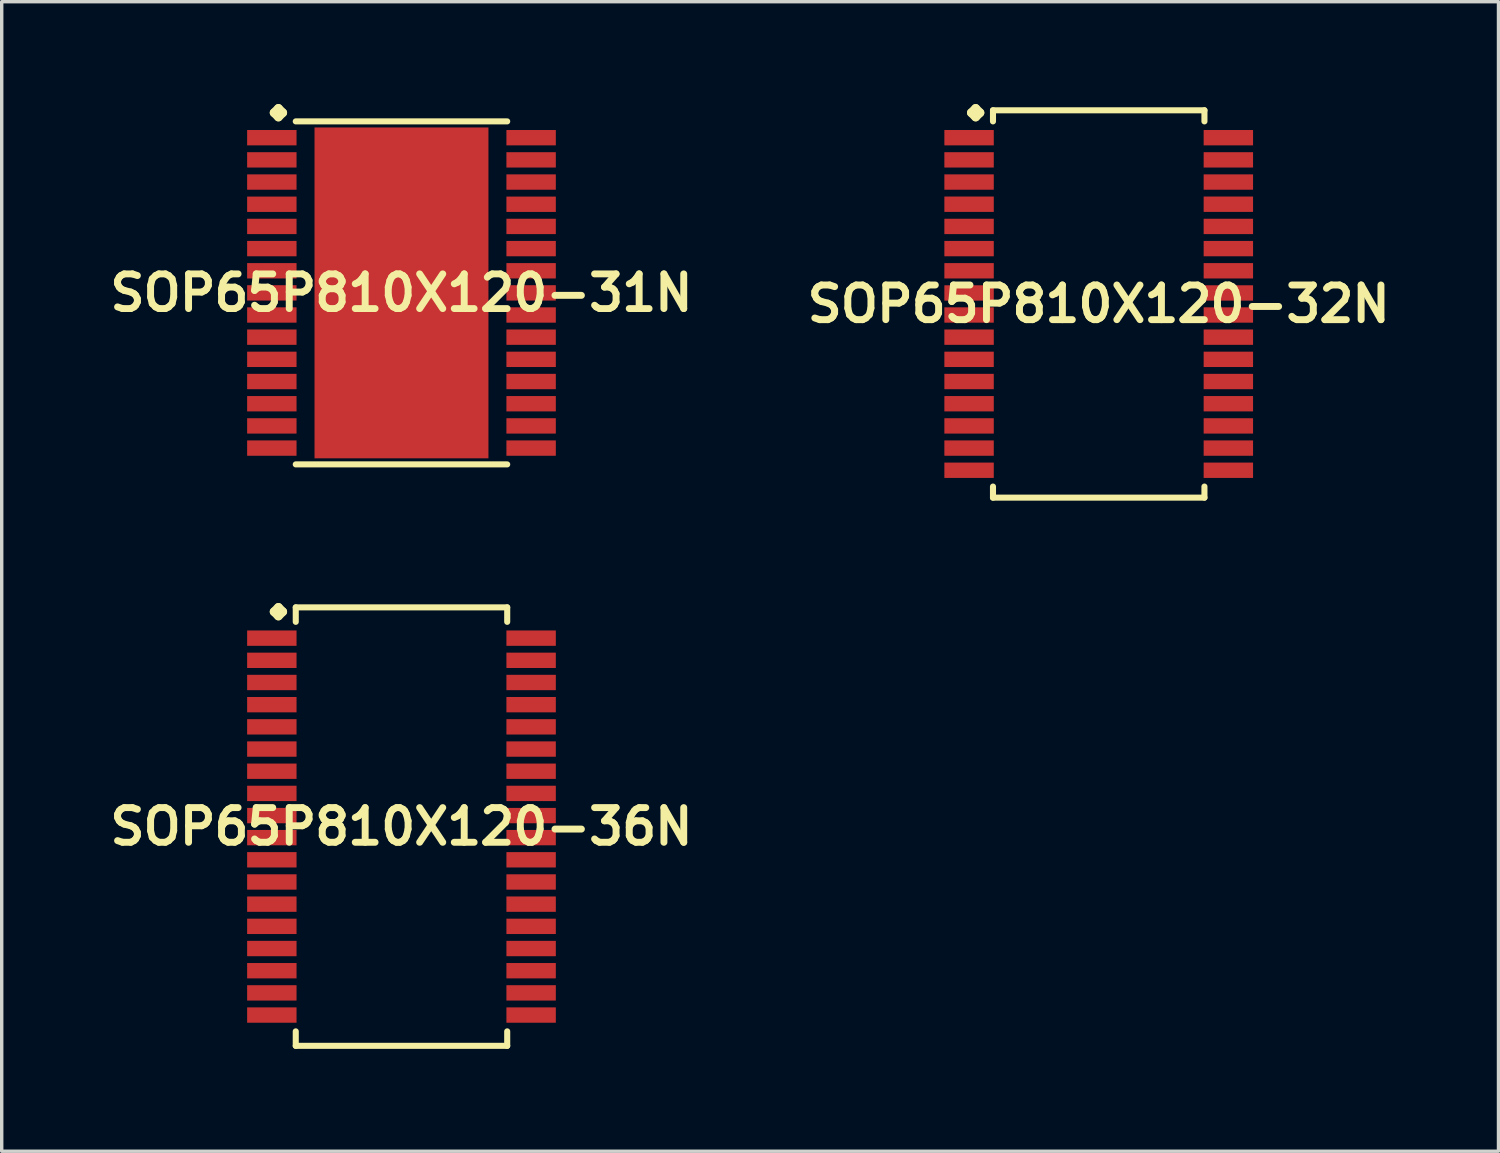
<source format=kicad_pcb>
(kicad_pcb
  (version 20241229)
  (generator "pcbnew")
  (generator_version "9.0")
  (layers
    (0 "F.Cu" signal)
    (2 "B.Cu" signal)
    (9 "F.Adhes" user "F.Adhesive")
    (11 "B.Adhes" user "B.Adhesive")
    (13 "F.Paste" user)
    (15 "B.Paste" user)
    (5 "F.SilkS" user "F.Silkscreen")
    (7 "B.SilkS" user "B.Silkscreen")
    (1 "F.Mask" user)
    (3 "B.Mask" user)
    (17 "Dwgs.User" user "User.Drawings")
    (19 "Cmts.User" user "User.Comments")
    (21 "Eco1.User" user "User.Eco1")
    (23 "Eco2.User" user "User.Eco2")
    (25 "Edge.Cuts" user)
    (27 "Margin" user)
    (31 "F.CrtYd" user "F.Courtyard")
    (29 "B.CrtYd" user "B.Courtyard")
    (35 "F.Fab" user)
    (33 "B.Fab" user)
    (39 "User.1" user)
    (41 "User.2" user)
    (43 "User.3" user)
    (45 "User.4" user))
  (footprint "SOP65P810X120-31N"
    (layer "F.Cu")
    (at 8.718 5.535)
    (property "Reference" "SOP65P810X120-31N" (at 0 0 0) (layer "F.SilkS") (effects (font (size 1.016 1.016) (thickness 0.203))))
    (attr smd)
    (fp_line (start -3.734 -5.281) (end -3.607 -5.408) (stroke (width 0.254) (type solid)) (layer "F.SilkS"))
    (fp_line (start -3.607 -5.408) (end -3.48 -5.281) (stroke (width 0.254) (type solid)) (layer "F.SilkS"))
    (fp_line (start -3.607 -5.154) (end -3.734 -5.281) (stroke (width 0.254) (type solid)) (layer "F.SilkS"))
    (fp_line (start -3.48 -5.281) (end -3.607 -5.154) (stroke (width 0.254) (type solid)) (layer "F.SilkS"))
    (fp_line (start -3.099 -5.027) (end 3.099 -5.027) (stroke (width 0.178) (type solid)) (layer "F.SilkS"))
    (fp_line (start -3.099 5.027) (end 3.099 5.027) (stroke (width 0.178) (type solid)) (layer "F.SilkS"))
    (pad "1" smd rect (at -3.8 -4.549) (size 1.448 0.45) (layers "F.Cu" "F.Mask" "F.Paste"))
    (pad "2" smd rect (at -3.8 -3.899) (size 1.448 0.45) (layers "F.Cu" "F.Mask" "F.Paste"))
    (pad "3" smd rect (at -3.8 -3.249) (size 1.448 0.45) (layers "F.Cu" "F.Mask" "F.Paste"))
    (pad "4" smd rect (at -3.8 -2.598) (size 1.448 0.45) (layers "F.Cu" "F.Mask" "F.Paste"))
    (pad "5" smd rect (at -3.8 -1.948) (size 1.448 0.45) (layers "F.Cu" "F.Mask" "F.Paste"))
    (pad "6" smd rect (at -3.8 -1.298) (size 1.448 0.45) (layers "F.Cu" "F.Mask" "F.Paste"))
    (pad "7" smd rect (at -3.8 -0.648) (size 1.448 0.45) (layers "F.Cu" "F.Mask" "F.Paste"))
    (pad "8" smd rect (at -3.8 0) (size 1.448 0.45) (layers "F.Cu" "F.Mask" "F.Paste"))
    (pad "9" smd rect (at -3.8 0.648) (size 1.448 0.45) (layers "F.Cu" "F.Mask" "F.Paste"))
    (pad "10" smd rect (at -3.8 1.298) (size 1.448 0.45) (layers "F.Cu" "F.Mask" "F.Paste"))
    (pad "11" smd rect (at -3.8 1.948) (size 1.448 0.45) (layers "F.Cu" "F.Mask" "F.Paste"))
    (pad "12" smd rect (at -3.8 2.598) (size 1.448 0.45) (layers "F.Cu" "F.Mask" "F.Paste"))
    (pad "13" smd rect (at -3.8 3.249) (size 1.448 0.45) (layers "F.Cu" "F.Mask" "F.Paste"))
    (pad "14" smd rect (at -3.8 3.899) (size 1.448 0.45) (layers "F.Cu" "F.Mask" "F.Paste"))
    (pad "15" smd rect (at -3.8 4.549) (size 1.448 0.45) (layers "F.Cu" "F.Mask" "F.Paste"))
    (pad "16" smd rect (at 3.8 4.549) (size 1.448 0.45) (layers "F.Cu" "F.Mask" "F.Paste"))
    (pad "17" smd rect (at 3.8 3.899) (size 1.448 0.45) (layers "F.Cu" "F.Mask" "F.Paste"))
    (pad "18" smd rect (at 3.8 3.249) (size 1.448 0.45) (layers "F.Cu" "F.Mask" "F.Paste"))
    (pad "19" smd rect (at 3.8 2.598) (size 1.448 0.45) (layers "F.Cu" "F.Mask" "F.Paste"))
    (pad "20" smd rect (at 3.8 1.948) (size 1.448 0.45) (layers "F.Cu" "F.Mask" "F.Paste"))
    (pad "21" smd rect (at 3.8 1.298) (size 1.448 0.45) (layers "F.Cu" "F.Mask" "F.Paste"))
    (pad "22" smd rect (at 3.8 0.648) (size 1.448 0.45) (layers "F.Cu" "F.Mask" "F.Paste"))
    (pad "23" smd rect (at 3.8 0) (size 1.448 0.45) (layers "F.Cu" "F.Mask" "F.Paste"))
    (pad "24" smd rect (at 3.8 -0.648) (size 1.448 0.45) (layers "F.Cu" "F.Mask" "F.Paste"))
    (pad "25" smd rect (at 3.8 -1.298) (size 1.448 0.45) (layers "F.Cu" "F.Mask" "F.Paste"))
    (pad "26" smd rect (at 3.8 -1.948) (size 1.448 0.45) (layers "F.Cu" "F.Mask" "F.Paste"))
    (pad "27" smd rect (at 3.8 -2.598) (size 1.448 0.45) (layers "F.Cu" "F.Mask" "F.Paste"))
    (pad "28" smd rect (at 3.8 -3.249) (size 1.448 0.45) (layers "F.Cu" "F.Mask" "F.Paste"))
    (pad "29" smd rect (at 3.8 -3.899) (size 1.448 0.45) (layers "F.Cu" "F.Mask" "F.Paste"))
    (pad "30" smd rect (at 3.8 -4.549) (size 1.448 0.45) (layers "F.Cu" "F.Mask" "F.Paste"))
    (pad "31" smd rect (at 0 0) (size 5.098 9.698) (layers "F.Cu" "F.Mask" "F.Paste")))
  (footprint "SOP65P810X120-32N"
    (layer "F.Cu")
    (at 29.155 5.86)
    (property "Reference" "SOP65P810X120-32N" (at 0 0 0) (layer "F.SilkS") (effects (font (size 1.016 1.016) (thickness 0.203))))
    (attr smd)
    (fp_line (start -3.734 -5.606) (end -3.607 -5.733) (stroke (width 0.254) (type solid)) (layer "F.SilkS"))
    (fp_line (start -3.607 -5.733) (end -3.48 -5.606) (stroke (width 0.254) (type solid)) (layer "F.SilkS"))
    (fp_line (start -3.607 -5.479) (end -3.734 -5.606) (stroke (width 0.254) (type solid)) (layer "F.SilkS"))
    (fp_line (start -3.48 -5.606) (end -3.607 -5.479) (stroke (width 0.254) (type solid)) (layer "F.SilkS"))
    (fp_line (start -3.099 -5.677) (end 3.099 -5.677) (stroke (width 0.178) (type solid)) (layer "F.SilkS"))
    (fp_line (start -3.099 -5.352) (end -3.099 -5.677) (stroke (width 0.178) (type solid)) (layer "F.SilkS"))
    (fp_line (start -3.099 5.352) (end -3.099 5.677) (stroke (width 0.178) (type solid)) (layer "F.SilkS"))
    (fp_line (start -3.099 5.677) (end 3.099 5.677) (stroke (width 0.178) (type solid)) (layer "F.SilkS"))
    (fp_line (start 3.099 -5.677) (end 3.099 -5.352) (stroke (width 0.178) (type solid)) (layer "F.SilkS"))
    (fp_line (start 3.099 5.677) (end 3.099 5.352) (stroke (width 0.178) (type solid)) (layer "F.SilkS"))
    (pad "1" smd rect (at -3.8 -4.874) (size 1.448 0.45) (layers "F.Cu" "F.Mask" "F.Paste"))
    (pad "2" smd rect (at -3.8 -4.224) (size 1.448 0.45) (layers "F.Cu" "F.Mask" "F.Paste"))
    (pad "3" smd rect (at -3.8 -3.574) (size 1.448 0.45) (layers "F.Cu" "F.Mask" "F.Paste"))
    (pad "4" smd rect (at -3.8 -2.924) (size 1.448 0.45) (layers "F.Cu" "F.Mask" "F.Paste"))
    (pad "5" smd rect (at -3.8 -2.273) (size 1.448 0.45) (layers "F.Cu" "F.Mask" "F.Paste"))
    (pad "6" smd rect (at -3.8 -1.623) (size 1.448 0.45) (layers "F.Cu" "F.Mask" "F.Paste"))
    (pad "7" smd rect (at -3.8 -0.973) (size 1.448 0.45) (layers "F.Cu" "F.Mask" "F.Paste"))
    (pad "8" smd rect (at -3.8 -0.323) (size 1.448 0.45) (layers "F.Cu" "F.Mask" "F.Paste"))
    (pad "9" smd rect (at -3.8 0.323) (size 1.448 0.45) (layers "F.Cu" "F.Mask" "F.Paste"))
    (pad "10" smd rect (at -3.8 0.973) (size 1.448 0.45) (layers "F.Cu" "F.Mask" "F.Paste"))
    (pad "11" smd rect (at -3.8 1.623) (size 1.448 0.45) (layers "F.Cu" "F.Mask" "F.Paste"))
    (pad "12" smd rect (at -3.8 2.273) (size 1.448 0.45) (layers "F.Cu" "F.Mask" "F.Paste"))
    (pad "13" smd rect (at -3.8 2.924) (size 1.448 0.45) (layers "F.Cu" "F.Mask" "F.Paste"))
    (pad "14" smd rect (at -3.8 3.574) (size 1.448 0.45) (layers "F.Cu" "F.Mask" "F.Paste"))
    (pad "15" smd rect (at -3.8 4.224) (size 1.448 0.45) (layers "F.Cu" "F.Mask" "F.Paste"))
    (pad "16" smd rect (at -3.8 4.874) (size 1.448 0.45) (layers "F.Cu" "F.Mask" "F.Paste"))
    (pad "17" smd rect (at 3.8 4.874) (size 1.448 0.45) (layers "F.Cu" "F.Mask" "F.Paste"))
    (pad "18" smd rect (at 3.8 4.224) (size 1.448 0.45) (layers "F.Cu" "F.Mask" "F.Paste"))
    (pad "19" smd rect (at 3.8 3.574) (size 1.448 0.45) (layers "F.Cu" "F.Mask" "F.Paste"))
    (pad "20" smd rect (at 3.8 2.924) (size 1.448 0.45) (layers "F.Cu" "F.Mask" "F.Paste"))
    (pad "21" smd rect (at 3.8 2.273) (size 1.448 0.45) (layers "F.Cu" "F.Mask" "F.Paste"))
    (pad "22" smd rect (at 3.8 1.623) (size 1.448 0.45) (layers "F.Cu" "F.Mask" "F.Paste"))
    (pad "23" smd rect (at 3.8 0.973) (size 1.448 0.45) (layers "F.Cu" "F.Mask" "F.Paste"))
    (pad "24" smd rect (at 3.8 0.323) (size 1.448 0.45) (layers "F.Cu" "F.Mask" "F.Paste"))
    (pad "25" smd rect (at 3.8 -0.323) (size 1.448 0.45) (layers "F.Cu" "F.Mask" "F.Paste"))
    (pad "26" smd rect (at 3.8 -0.973) (size 1.448 0.45) (layers "F.Cu" "F.Mask" "F.Paste"))
    (pad "27" smd rect (at 3.8 -1.623) (size 1.448 0.45) (layers "F.Cu" "F.Mask" "F.Paste"))
    (pad "28" smd rect (at 3.8 -2.273) (size 1.448 0.45) (layers "F.Cu" "F.Mask" "F.Paste"))
    (pad "29" smd rect (at 3.8 -2.924) (size 1.448 0.45) (layers "F.Cu" "F.Mask" "F.Paste"))
    (pad "30" smd rect (at 3.8 -3.574) (size 1.448 0.45) (layers "F.Cu" "F.Mask" "F.Paste"))
    (pad "31" smd rect (at 3.8 -4.224) (size 1.448 0.45) (layers "F.Cu" "F.Mask" "F.Paste"))
    (pad "32" smd rect (at 3.8 -4.874) (size 1.448 0.45) (layers "F.Cu" "F.Mask" "F.Paste")))
  (footprint "SOP65P810X120-36N"
    (layer "F.Cu")
    (at 8.718 21.179)
    (property "Reference" "SOP65P810X120-36N" (at 0 0 0) (layer "F.SilkS") (effects (font (size 1.016 1.016) (thickness 0.203))))
    (attr smd)
    (fp_line (start -3.734 -6.299) (end -3.607 -6.426) (stroke (width 0.254) (type solid)) (layer "F.SilkS"))
    (fp_line (start -3.607 -6.426) (end -3.48 -6.299) (stroke (width 0.254) (type solid)) (layer "F.SilkS"))
    (fp_line (start -3.607 -6.172) (end -3.734 -6.299) (stroke (width 0.254) (type solid)) (layer "F.SilkS"))
    (fp_line (start -3.48 -6.299) (end -3.607 -6.172) (stroke (width 0.254) (type solid)) (layer "F.SilkS"))
    (fp_line (start -3.099 -6.426) (end 3.099 -6.426) (stroke (width 0.178) (type solid)) (layer "F.SilkS"))
    (fp_line (start -3.099 -6.002) (end -3.099 -6.426) (stroke (width 0.178) (type solid)) (layer "F.SilkS"))
    (fp_line (start -3.099 6.002) (end -3.099 6.426) (stroke (width 0.178) (type solid)) (layer "F.SilkS"))
    (fp_line (start -3.099 6.426) (end 3.099 6.426) (stroke (width 0.178) (type solid)) (layer "F.SilkS"))
    (fp_line (start 3.099 -6.426) (end 3.099 -6.002) (stroke (width 0.178) (type solid)) (layer "F.SilkS"))
    (fp_line (start 3.099 6.426) (end 3.099 6.002) (stroke (width 0.178) (type solid)) (layer "F.SilkS"))
    (pad "1" smd rect (at -3.8 -5.524) (size 1.448 0.45) (layers "F.Cu" "F.Mask" "F.Paste"))
    (pad "2" smd rect (at -3.8 -4.874) (size 1.448 0.45) (layers "F.Cu" "F.Mask" "F.Paste"))
    (pad "3" smd rect (at -3.8 -4.224) (size 1.448 0.45) (layers "F.Cu" "F.Mask" "F.Paste"))
    (pad "4" smd rect (at -3.8 -3.574) (size 1.448 0.45) (layers "F.Cu" "F.Mask" "F.Paste"))
    (pad "5" smd rect (at -3.8 -2.924) (size 1.448 0.45) (layers "F.Cu" "F.Mask" "F.Paste"))
    (pad "6" smd rect (at -3.8 -2.273) (size 1.448 0.45) (layers "F.Cu" "F.Mask" "F.Paste"))
    (pad "7" smd rect (at -3.8 -1.623) (size 1.448 0.45) (layers "F.Cu" "F.Mask" "F.Paste"))
    (pad "8" smd rect (at -3.8 -0.973) (size 1.448 0.45) (layers "F.Cu" "F.Mask" "F.Paste"))
    (pad "9" smd rect (at -3.8 -0.323) (size 1.448 0.45) (layers "F.Cu" "F.Mask" "F.Paste"))
    (pad "10" smd rect (at -3.8 0.323) (size 1.448 0.45) (layers "F.Cu" "F.Mask" "F.Paste"))
    (pad "11" smd rect (at -3.8 0.973) (size 1.448 0.45) (layers "F.Cu" "F.Mask" "F.Paste"))
    (pad "12" smd rect (at -3.8 1.623) (size 1.448 0.45) (layers "F.Cu" "F.Mask" "F.Paste"))
    (pad "13" smd rect (at -3.8 2.273) (size 1.448 0.45) (layers "F.Cu" "F.Mask" "F.Paste"))
    (pad "14" smd rect (at -3.8 2.924) (size 1.448 0.45) (layers "F.Cu" "F.Mask" "F.Paste"))
    (pad "15" smd rect (at -3.8 3.574) (size 1.448 0.45) (layers "F.Cu" "F.Mask" "F.Paste"))
    (pad "16" smd rect (at -3.8 4.224) (size 1.448 0.45) (layers "F.Cu" "F.Mask" "F.Paste"))
    (pad "17" smd rect (at -3.8 4.874) (size 1.448 0.45) (layers "F.Cu" "F.Mask" "F.Paste"))
    (pad "18" smd rect (at -3.8 5.524) (size 1.448 0.45) (layers "F.Cu" "F.Mask" "F.Paste"))
    (pad "19" smd rect (at 3.8 5.524) (size 1.448 0.45) (layers "F.Cu" "F.Mask" "F.Paste"))
    (pad "20" smd rect (at 3.8 4.874) (size 1.448 0.45) (layers "F.Cu" "F.Mask" "F.Paste"))
    (pad "21" smd rect (at 3.8 4.224) (size 1.448 0.45) (layers "F.Cu" "F.Mask" "F.Paste"))
    (pad "22" smd rect (at 3.8 3.574) (size 1.448 0.45) (layers "F.Cu" "F.Mask" "F.Paste"))
    (pad "23" smd rect (at 3.8 2.924) (size 1.448 0.45) (layers "F.Cu" "F.Mask" "F.Paste"))
    (pad "24" smd rect (at 3.8 2.273) (size 1.448 0.45) (layers "F.Cu" "F.Mask" "F.Paste"))
    (pad "25" smd rect (at 3.8 1.623) (size 1.448 0.45) (layers "F.Cu" "F.Mask" "F.Paste"))
    (pad "26" smd rect (at 3.8 0.973) (size 1.448 0.45) (layers "F.Cu" "F.Mask" "F.Paste"))
    (pad "27" smd rect (at 3.8 0.323) (size 1.448 0.45) (layers "F.Cu" "F.Mask" "F.Paste"))
    (pad "28" smd rect (at 3.8 -0.323) (size 1.448 0.45) (layers "F.Cu" "F.Mask" "F.Paste"))
    (pad "29" smd rect (at 3.8 -0.973) (size 1.448 0.45) (layers "F.Cu" "F.Mask" "F.Paste"))
    (pad "30" smd rect (at 3.8 -1.623) (size 1.448 0.45) (layers "F.Cu" "F.Mask" "F.Paste"))
    (pad "31" smd rect (at 3.8 -2.273) (size 1.448 0.45) (layers "F.Cu" "F.Mask" "F.Paste"))
    (pad "32" smd rect (at 3.8 -2.924) (size 1.448 0.45) (layers "F.Cu" "F.Mask" "F.Paste"))
    (pad "33" smd rect (at 3.8 -3.574) (size 1.448 0.45) (layers "F.Cu" "F.Mask" "F.Paste"))
    (pad "34" smd rect (at 3.8 -4.224) (size 1.448 0.45) (layers "F.Cu" "F.Mask" "F.Paste"))
    (pad "35" smd rect (at 3.8 -4.874) (size 1.448 0.45) (layers "F.Cu" "F.Mask" "F.Paste"))
    (pad "36" smd rect (at 3.8 -5.524) (size 1.448 0.45) (layers "F.Cu" "F.Mask" "F.Paste")))
  (gr_rect
    (start -3 -3)
    (end 40.873 30.694)
    (stroke (width 0.1) (type default))
    (fill no)
    (layer "Edge.Cuts")))
</source>
